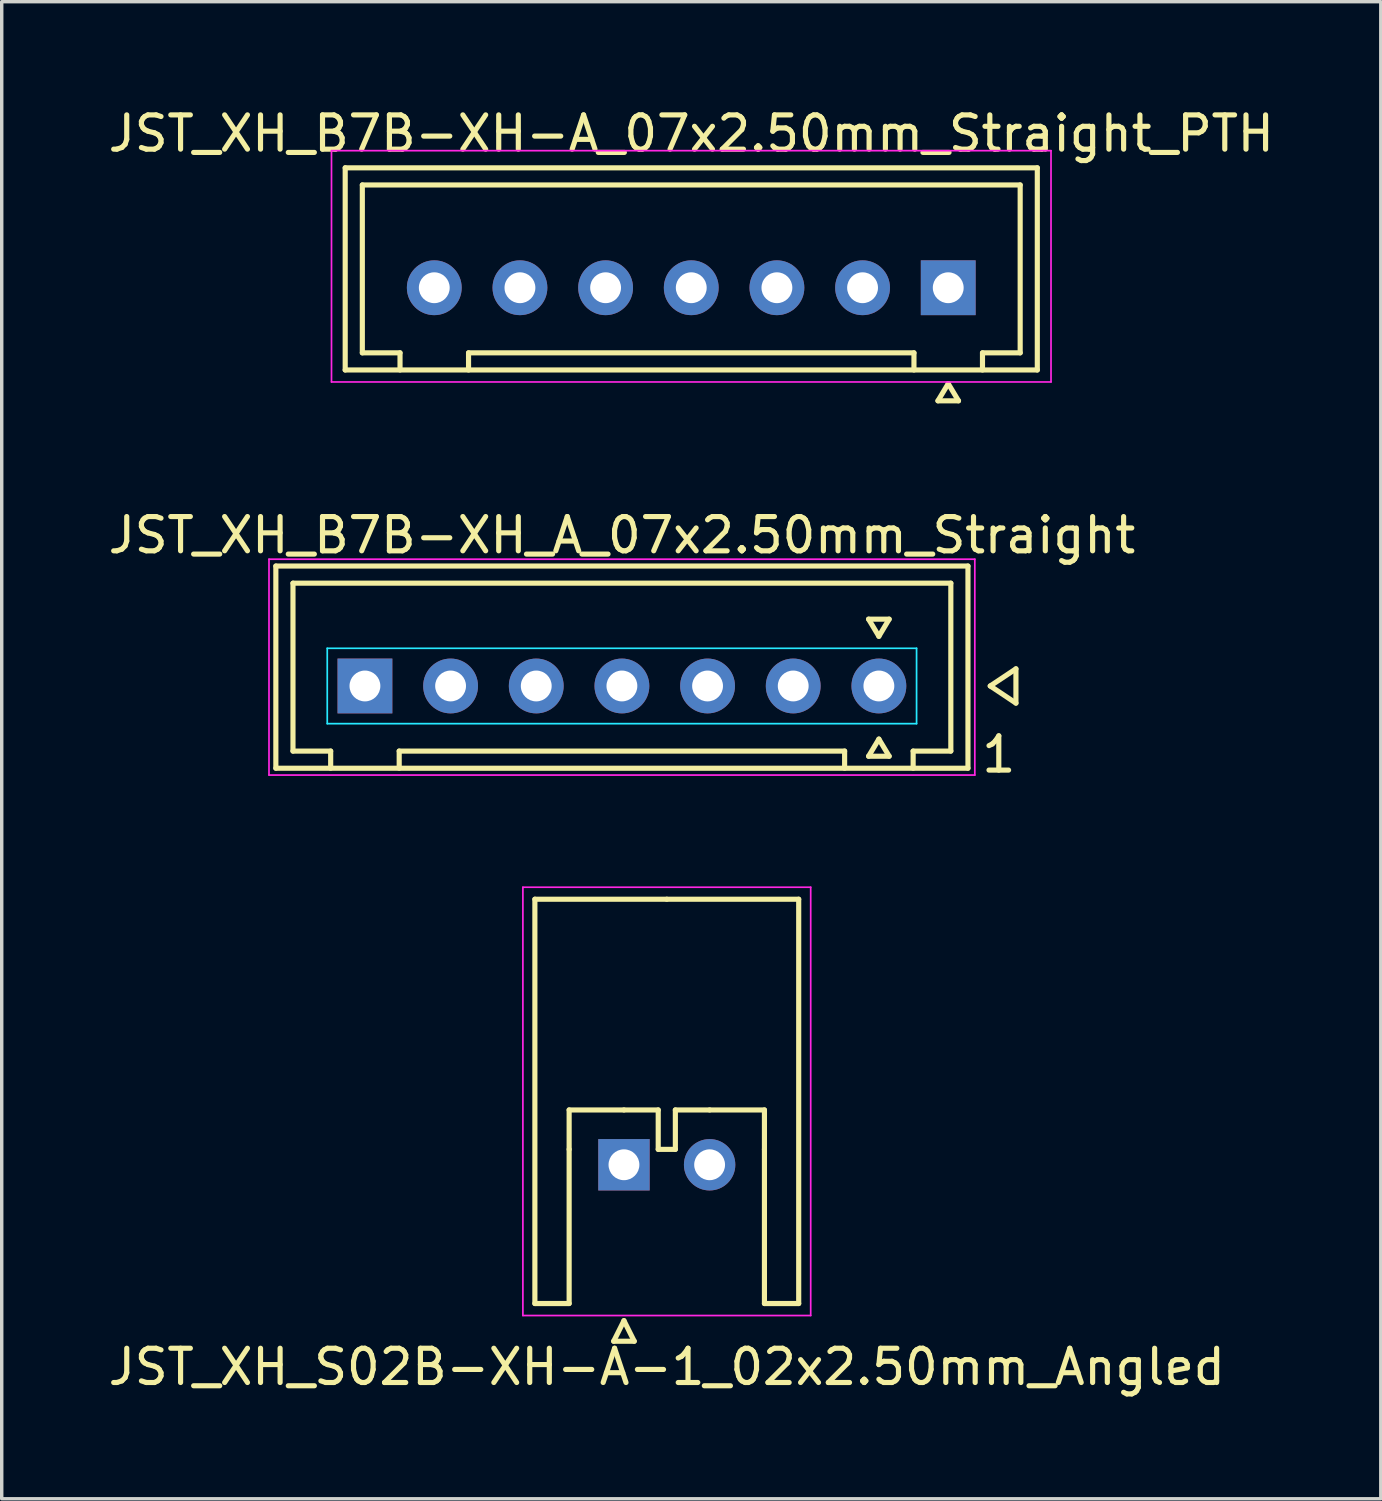
<source format=kicad_pcb>
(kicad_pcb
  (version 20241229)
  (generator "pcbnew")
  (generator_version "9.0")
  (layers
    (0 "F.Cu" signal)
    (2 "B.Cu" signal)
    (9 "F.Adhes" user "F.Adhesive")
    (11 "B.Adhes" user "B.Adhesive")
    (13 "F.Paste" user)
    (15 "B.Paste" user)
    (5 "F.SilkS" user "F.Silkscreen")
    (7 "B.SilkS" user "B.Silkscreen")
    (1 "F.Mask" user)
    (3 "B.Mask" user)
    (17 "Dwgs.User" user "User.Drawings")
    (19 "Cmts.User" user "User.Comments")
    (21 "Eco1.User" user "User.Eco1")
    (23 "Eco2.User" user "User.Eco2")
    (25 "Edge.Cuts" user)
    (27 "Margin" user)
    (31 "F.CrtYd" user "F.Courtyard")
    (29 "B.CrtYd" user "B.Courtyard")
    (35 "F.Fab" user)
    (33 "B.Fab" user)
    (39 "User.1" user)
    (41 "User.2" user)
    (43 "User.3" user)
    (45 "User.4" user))
  (footprint "JST_XH_B7B-XH-A_07x2.50mm_Straight_PTH"
    (layer "F.Cu")
    (at 24.625 5.348)
    (property "Reference" "JST_XH_B7B-XH-A_07x2.50mm_Straight_PTH" (at -7.5 -4.5 0) (layer "F.SilkS") (effects (font (size 1 1) (thickness 0.15))))
    (attr through_hole)
    (fp_line (start -17.6 -3.5) (end -17.6 2.4) (stroke (width 0.15) (type solid)) (layer "F.SilkS"))
    (fp_line (start -17.6 2.4) (end 2.6 2.4) (stroke (width 0.15) (type solid)) (layer "F.SilkS"))
    (fp_line (start -17.1 -3) (end 2.1 -3) (stroke (width 0.15) (type solid)) (layer "F.SilkS"))
    (fp_line (start -17.1 1.9) (end -17.1 -3) (stroke (width 0.15) (type solid)) (layer "F.SilkS"))
    (fp_line (start -16 1.9) (end -17.1 1.9) (stroke (width 0.15) (type solid)) (layer "F.SilkS"))
    (fp_line (start -16 2.4) (end -16 1.9) (stroke (width 0.15) (type solid)) (layer "F.SilkS"))
    (fp_line (start -14 1.9) (end -14 2.4) (stroke (width 0.15) (type solid)) (layer "F.SilkS"))
    (fp_line (start -1 1.9) (end -14 1.9) (stroke (width 0.15) (type solid)) (layer "F.SilkS"))
    (fp_line (start -1 2.4) (end -1 1.9) (stroke (width 0.15) (type solid)) (layer "F.SilkS"))
    (fp_line (start -0.3 3.3) (end 0 2.8) (stroke (width 0.15) (type solid)) (layer "F.SilkS"))
    (fp_line (start 0 2.8) (end 0.3 3.3) (stroke (width 0.15) (type solid)) (layer "F.SilkS"))
    (fp_line (start 0.3 3.3) (end -0.3 3.3) (stroke (width 0.15) (type solid)) (layer "F.SilkS"))
    (fp_line (start 1 1.9) (end 1 2.4) (stroke (width 0.15) (type solid)) (layer "F.SilkS"))
    (fp_line (start 2.1 -3) (end 2.1 1.9) (stroke (width 0.15) (type solid)) (layer "F.SilkS"))
    (fp_line (start 2.1 1.9) (end 1 1.9) (stroke (width 0.15) (type solid)) (layer "F.SilkS"))
    (fp_line (start 2.6 -3.5) (end -17.6 -3.5) (stroke (width 0.15) (type solid)) (layer "F.SilkS"))
    (fp_line (start 2.6 -3.5) (end 2.6 2.4) (stroke (width 0.15) (type solid)) (layer "F.SilkS"))
    (fp_line (start -18 -4) (end 3 -4) (stroke (width 0.05) (type solid)) (layer "F.CrtYd"))
    (fp_line (start -18 2.75) (end -18 -4) (stroke (width 0.05) (type solid)) (layer "F.CrtYd"))
    (fp_line (start 3 -4) (end 3 2.75) (stroke (width 0.05) (type solid)) (layer "F.CrtYd"))
    (fp_line (start 3 2.75) (end -18 2.75) (stroke (width 0.05) (type solid)) (layer "F.CrtYd"))
    (pad "1" thru_hole rect (at 0 0) (size 1.6 1.6) (drill 0.9) (layers "*.Cu" "*.Mask"))
    (pad "2" thru_hole circle (at -2.5 0) (size 1.6 1.6) (drill 0.9) (layers "*.Cu" "*.Mask"))
    (pad "3" thru_hole circle (at -5 0) (size 1.6 1.6) (drill 0.9) (layers "*.Cu" "*.Mask"))
    (pad "4" thru_hole circle (at -7.5 0) (size 1.6 1.6) (drill 0.9) (layers "*.Cu" "*.Mask"))
    (pad "5" thru_hole circle (at -10 0) (size 1.6 1.6) (drill 0.9) (layers "*.Cu" "*.Mask"))
    (pad "6" thru_hole circle (at -12.5 0) (size 1.6 1.6) (drill 0.9) (layers "*.Cu" "*.Mask"))
    (pad "7" thru_hole circle (at -15 0) (size 1.6 1.6) (drill 0.9) (layers "*.Cu" "*.Mask")))
  (footprint "JST_XH_B7B-XH_A_07x2.50mm_Straight"
    (layer "F.Cu")
    (at 22.601 16.971)
    (property "Reference" "JST_XH_B7B-XH_A_07x2.50mm_Straight" (at -7.5 -4.4 0) (layer "F.SilkS") (effects (font (size 1 1) (thickness 0.15))))
    (attr through_hole)
    (fp_line (start -17.6 -3.5) (end -17.6 2.4) (stroke (width 0.15) (type solid)) (layer "F.SilkS"))
    (fp_line (start -17.6 2.4) (end 2.6 2.4) (stroke (width 0.15) (type solid)) (layer "F.SilkS"))
    (fp_line (start -17.1 -3) (end 2.1 -3) (stroke (width 0.15) (type solid)) (layer "F.SilkS"))
    (fp_line (start -17.1 1.9) (end -17.1 -3) (stroke (width 0.15) (type solid)) (layer "F.SilkS"))
    (fp_line (start -16 1.9) (end -17.1 1.9) (stroke (width 0.15) (type solid)) (layer "F.SilkS"))
    (fp_line (start -16 2.4) (end -16 1.9) (stroke (width 0.15) (type solid)) (layer "F.SilkS"))
    (fp_line (start -14 1.9) (end -14 2.4) (stroke (width 0.15) (type solid)) (layer "F.SilkS"))
    (fp_line (start -1 1.9) (end -14 1.9) (stroke (width 0.15) (type solid)) (layer "F.SilkS"))
    (fp_line (start -1 2.4) (end -1 1.9) (stroke (width 0.15) (type solid)) (layer "F.SilkS"))
    (fp_line (start -0.3 -1.95) (end 0.3 -1.95) (stroke (width 0.15) (type solid)) (layer "F.SilkS"))
    (fp_line (start -0.3 2.05) (end 0 1.55) (stroke (width 0.15) (type solid)) (layer "F.SilkS"))
    (fp_line (start 0 -1.45) (end -0.3 -1.95) (stroke (width 0.15) (type solid)) (layer "F.SilkS"))
    (fp_line (start 0 1.55) (end 0.3 2.05) (stroke (width 0.15) (type solid)) (layer "F.SilkS"))
    (fp_line (start 0.3 -1.95) (end 0 -1.45) (stroke (width 0.15) (type solid)) (layer "F.SilkS"))
    (fp_line (start 0.3 2.05) (end -0.3 2.05) (stroke (width 0.15) (type solid)) (layer "F.SilkS"))
    (fp_line (start 1 1.9) (end 1 2.4) (stroke (width 0.15) (type solid)) (layer "F.SilkS"))
    (fp_line (start 2.1 -3) (end 2.1 1.9) (stroke (width 0.15) (type solid)) (layer "F.SilkS"))
    (fp_line (start 2.1 1.9) (end 1 1.9) (stroke (width 0.15) (type solid)) (layer "F.SilkS"))
    (fp_line (start 2.6 -3.5) (end -17.6 -3.5) (stroke (width 0.15) (type solid)) (layer "F.SilkS"))
    (fp_line (start 2.6 -3.5) (end 2.6 2.4) (stroke (width 0.15) (type solid)) (layer "F.SilkS"))
    (fp_line (start 3.25 0) (end 4 -0.5) (stroke (width 0.15) (type solid)) (layer "F.SilkS"))
    (fp_line (start 4 -0.5) (end 4 0.5) (stroke (width 0.15) (type solid)) (layer "F.SilkS"))
    (fp_line (start 4 0.5) (end 3.25 0) (stroke (width 0.15) (type solid)) (layer "F.SilkS"))
    (fp_line (start -16.1 -1.1) (end 1.1 -1.1) (stroke (width 0.05) (type solid)) (layer "B.CrtYd"))
    (fp_line (start -16.1 1.1) (end -16.1 -1.1) (stroke (width 0.05) (type solid)) (layer "B.CrtYd"))
    (fp_line (start 1.1 -1.1) (end 1.1 1.1) (stroke (width 0.05) (type solid)) (layer "B.CrtYd"))
    (fp_line (start 1.1 1.1) (end -16.1 1.1) (stroke (width 0.05) (type solid)) (layer "B.CrtYd"))
    (fp_line (start -17.8 -3.7) (end 2.8 -3.7) (stroke (width 0.05) (type solid)) (layer "F.CrtYd"))
    (fp_line (start -17.8 2.6) (end -17.8 -3.7) (stroke (width 0.05) (type solid)) (layer "F.CrtYd"))
    (fp_line (start 2.8 -3.7) (end 2.8 2.6) (stroke (width 0.05) (type solid)) (layer "F.CrtYd"))
    (fp_line (start 2.8 2.6) (end -17.8 2.6) (stroke (width 0.05) (type solid)) (layer "F.CrtYd"))
    (fp_text user "1" (at 3.5 2 0) (layer "F.SilkS") (effects (font (size 1 1) (thickness 0.15))))
    (pad "1" thru_hole circle (at 0 0) (size 1.6 1.6) (drill 0.9) (layers "*.Cu" "*.Mask"))
    (pad "2" thru_hole circle (at -2.5 0) (size 1.6 1.6) (drill 0.9) (layers "*.Cu" "*.Mask"))
    (pad "4" thru_hole circle (at -7.5 0) (size 1.6 1.6) (drill 0.9) (layers "*.Cu" "*.Mask"))
    (pad "5" thru_hole circle (at -10 0) (size 1.6 1.6) (drill 0.9) (layers "*.Cu" "*.Mask"))
    (pad "5" thru_hole circle (at -5 0) (size 1.6 1.6) (drill 0.9) (layers "*.Cu" "*.Mask"))
    (pad "6" thru_hole circle (at -12.5 0) (size 1.6 1.6) (drill 0.9) (layers "*.Cu" "*.Mask"))
    (pad "7" thru_hole rect (at -15 0) (size 1.6 1.6) (drill 0.9) (layers "*.Cu" "*.Mask")))
  (footprint "JST_XH_S02B-XH-A-1_02x2.50mm_Angled"
    (layer "F.Cu")
    (at 15.161 30.945)
    (property "Reference" "JST_XH_S02B-XH-A-1_02x2.50mm_Angled" (at 1.25 5.9 0) (layer "F.SilkS") (effects (font (size 1 1) (thickness 0.15))))
    (attr through_hole)
    (fp_line (start -2.6 -7.75) (end -2.6 4.05) (stroke (width 0.15) (type solid)) (layer "F.SilkS"))
    (fp_line (start -2.6 4.05) (end -1.6 4.05) (stroke (width 0.15) (type solid)) (layer "F.SilkS"))
    (fp_line (start -1.6 -1.6) (end 0 -1.6) (stroke (width 0.15) (type solid)) (layer "F.SilkS"))
    (fp_line (start -1.6 -0.45) (end -1.6 -1.6) (stroke (width 0.15) (type solid)) (layer "F.SilkS"))
    (fp_line (start -1.6 4.05) (end -1.6 -0.45) (stroke (width 0.15) (type solid)) (layer "F.SilkS"))
    (fp_line (start -0.3 5.15) (end 0.3 5.15) (stroke (width 0.15) (type solid)) (layer "F.SilkS"))
    (fp_line (start 0 -1.6) (end 1 -1.6) (stroke (width 0.15) (type solid)) (layer "F.SilkS"))
    (fp_line (start 0 4.55) (end -0.3 5.15) (stroke (width 0.15) (type solid)) (layer "F.SilkS"))
    (fp_line (start 0.3 5.15) (end 0 4.55) (stroke (width 0.15) (type solid)) (layer "F.SilkS"))
    (fp_line (start 1 -1.6) (end 1 -0.45) (stroke (width 0.15) (type solid)) (layer "F.SilkS"))
    (fp_line (start 1 -0.45) (end 1.5 -0.45) (stroke (width 0.15) (type solid)) (layer "F.SilkS"))
    (fp_line (start 1.25 -7.75) (end -2.6 -7.75) (stroke (width 0.15) (type solid)) (layer "F.SilkS"))
    (fp_line (start 1.25 -7.75) (end 5.1 -7.75) (stroke (width 0.15) (type solid)) (layer "F.SilkS"))
    (fp_line (start 1.5 -1.6) (end 2.5 -1.6) (stroke (width 0.15) (type solid)) (layer "F.SilkS"))
    (fp_line (start 1.5 -0.45) (end 1.5 -1.6) (stroke (width 0.15) (type solid)) (layer "F.SilkS"))
    (fp_line (start 4.1 -1.6) (end 2.5 -1.6) (stroke (width 0.15) (type solid)) (layer "F.SilkS"))
    (fp_line (start 4.1 -0.45) (end 4.1 -1.6) (stroke (width 0.15) (type solid)) (layer "F.SilkS"))
    (fp_line (start 4.1 4.05) (end 4.1 -0.45) (stroke (width 0.15) (type solid)) (layer "F.SilkS"))
    (fp_line (start 5.1 -7.75) (end 5.1 4.05) (stroke (width 0.15) (type solid)) (layer "F.SilkS"))
    (fp_line (start 5.1 4.05) (end 4.1 4.05) (stroke (width 0.15) (type solid)) (layer "F.SilkS"))
    (fp_line (start -2.95 -8.1) (end -2.95 4.4) (stroke (width 0.05) (type solid)) (layer "F.CrtYd"))
    (fp_line (start -2.95 4.4) (end 5.45 4.4) (stroke (width 0.05) (type solid)) (layer "F.CrtYd"))
    (fp_line (start 5.45 -8.1) (end -2.95 -8.1) (stroke (width 0.05) (type solid)) (layer "F.CrtYd"))
    (fp_line (start 5.45 4.4) (end 5.45 -8.1) (stroke (width 0.05) (type solid)) (layer "F.CrtYd"))
    (pad "1" thru_hole rect (at 0 0) (size 1.5 1.5) (drill 0.9) (layers "*.Cu" "*.Mask"))
    (pad "2" thru_hole circle (at 2.5 0) (size 1.5 1.5) (drill 0.9) (layers "*.Cu" "*.Mask")))
  (gr_rect
    (start -3 -3)
    (end 37.25 40.693)
    (stroke (width 0.1) (type default))
    (fill no)
    (layer "Edge.Cuts")))
</source>
